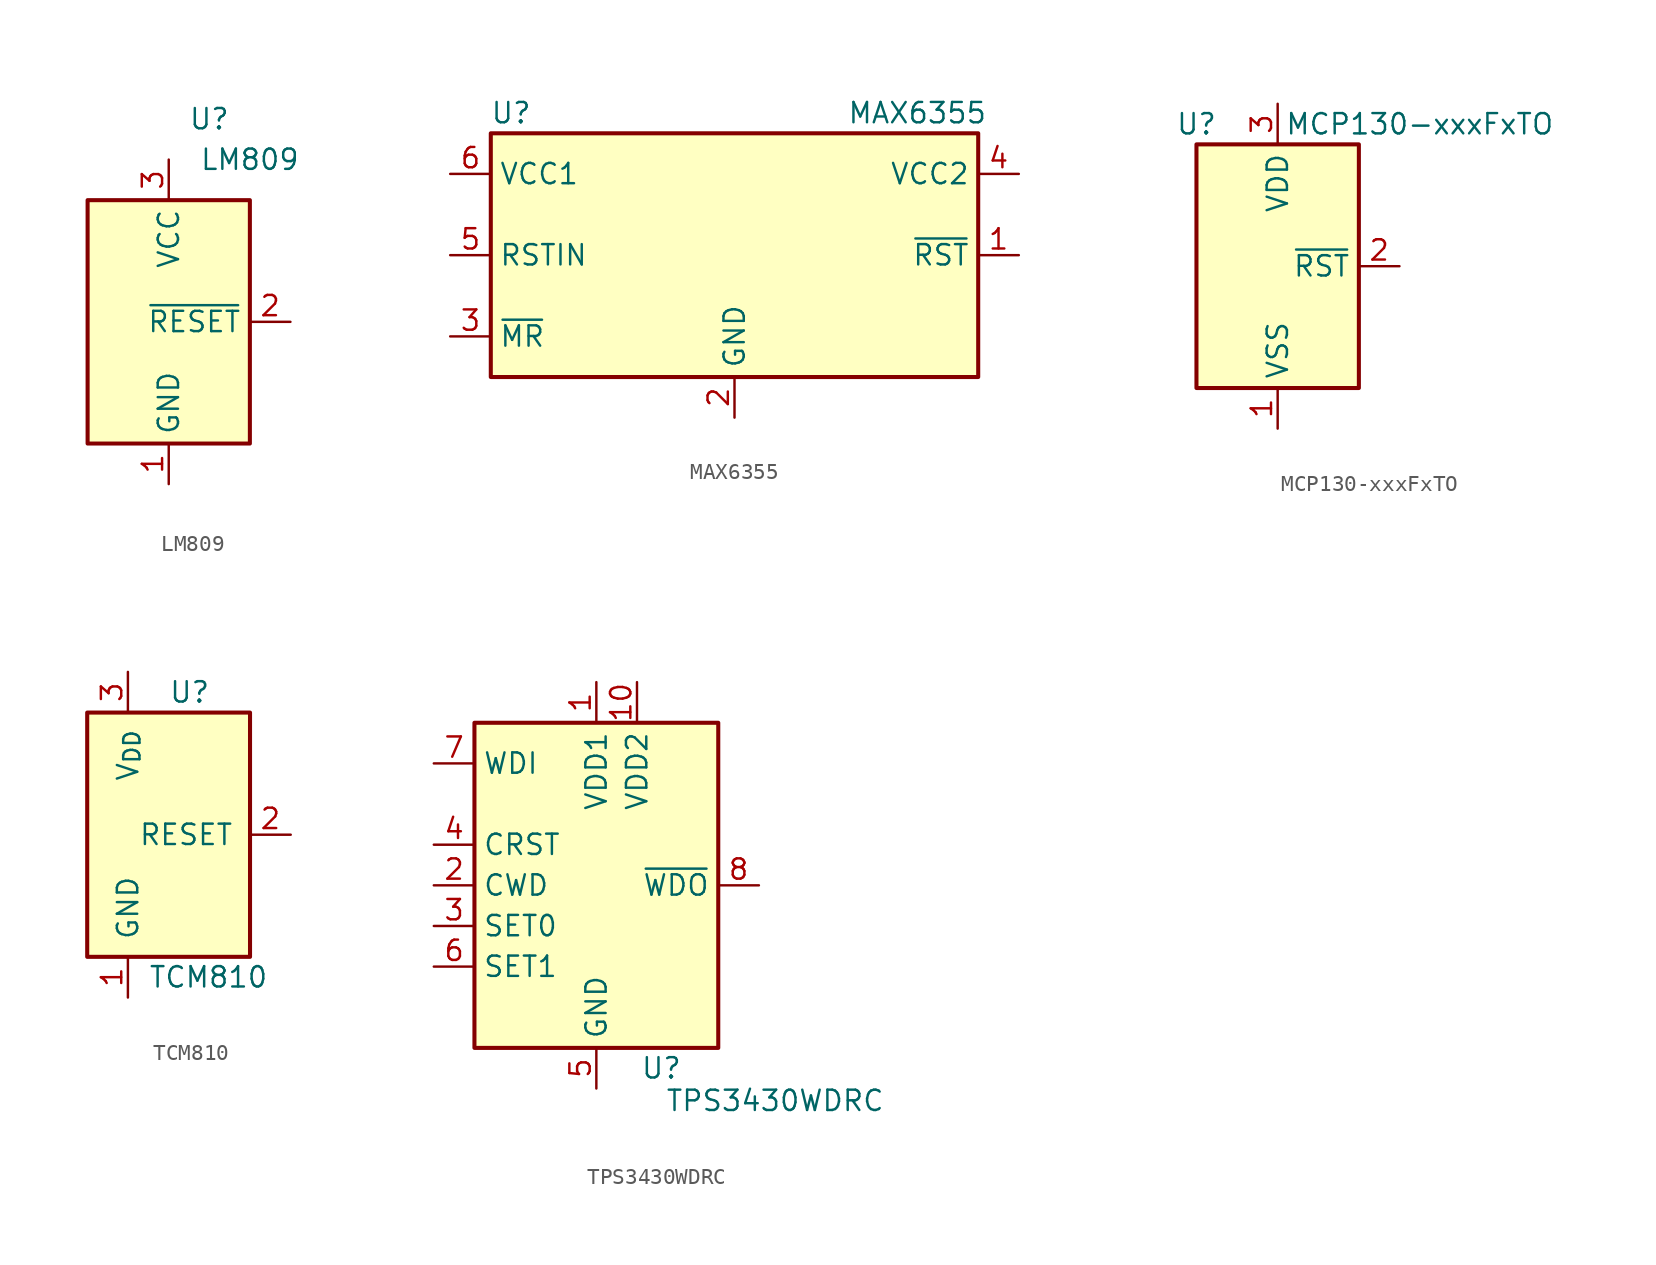
<source format=kicad_sym>
(kicad_symbol_lib
  (version 20231120)
  (generator "kicad_symbol_editor")
  (generator_version "8.0")
  (symbol "LM809"
    (property "Reference" "U"
      (at 2.54 12.7 0)
      (effects (font (size 1.27 1.27))))
    (property "Value" "LM809"
      (at 5.08 10.16 0)
      (effects (font (size 1.27 1.27))))
    (symbol "LM809_0_1"
      (rectangle (start 5.08 7.62) (end -5.08 -7.62) (stroke (width 0.254) (type default)) (fill (type background))))
    (symbol "LM809_1_1"
      (pin power_in line (at 0 -10.16 90) (length 2.54) (name "GND" (effects (font (size 1.27 1.27)))) (number "1" (effects (font (size 1.27 1.27)))))
      (pin output line (at 7.62 0 180) (length 2.54) (name "~{RESET}" (effects (font (size 1.27 1.27)))) (number "2" (effects (font (size 1.27 1.27)))))
      (pin power_in line (at 0 10.16 270) (length 2.54) (name "VCC" (effects (font (size 1.27 1.27)))) (number "3" (effects (font (size 1.27 1.27)))))))
  (symbol "MAX6355"
    (property "Reference" "U"
      (at -13.97 8.89 0)
      (effects (font (size 1.27 1.27))))
    (property "Value" "MAX6355"
      (at 11.43 8.89 0)
      (effects (font (size 1.27 1.27))))
    (symbol "MAX6355_0_1"
      (rectangle (start -15.24 7.62) (end 15.24 -7.62) (stroke (width 0.254) (type default)) (fill (type background))))
    (symbol "MAX6355_1_1"
      (pin open_collector line (at 17.78 0 180) (length 2.54) (name "~{RST}" (effects (font (size 1.27 1.27)))) (number "1" (effects (font (size 1.27 1.27)))))
      (pin power_in line (at 0 -10.16 90) (length 2.54) (name "GND" (effects (font (size 1.27 1.27)))) (number "2" (effects (font (size 1.27 1.27)))))
      (pin input line (at -17.78 -5.08 0) (length 2.54) (name "~{MR}" (effects (font (size 1.27 1.27)))) (number "3" (effects (font (size 1.27 1.27)))))
      (pin power_in line (at 17.78 5.08 180) (length 2.54) (name "VCC2" (effects (font (size 1.27 1.27)))) (number "4" (effects (font (size 1.27 1.27)))))
      (pin input line (at -17.78 0 0) (length 2.54) (name "RSTIN" (effects (font (size 1.27 1.27)))) (number "5" (effects (font (size 1.27 1.27)))))
      (pin power_in line (at -17.78 5.08 0) (length 2.54) (name "VCC1" (effects (font (size 1.27 1.27)))) (number "6" (effects (font (size 1.27 1.27)))))))
  (symbol "MCP130-xxxFxTO"
    (property "Reference" "U"
      (at -5.08 8.89 0)
      (effects (font (size 1.27 1.27))))
    (property "Value" "MCP130-xxxFxTO"
      (at 8.89 8.89 0)
      (effects (font (size 1.27 1.27))))
    (symbol "MCP130-xxxFxTO_0_1"
      (rectangle (start 5.08 7.62) (end -5.08 -7.62) (stroke (width 0.254) (type default)) (fill (type background)))
      (pin power_in line (at 0 10.16 270) (length 2.54) (name "VDD" (effects (font (size 1.27 1.27)))) (number "3" (effects (font (size 1.27 1.27))))))
    (symbol "MCP130-xxxFxTO_1_1"
      (pin power_in line (at 0 -10.16 90) (length 2.54) (name "VSS" (effects (font (size 1.27 1.27)))) (number "1" (effects (font (size 1.27 1.27)))))
      (pin open_collector line (at 7.62 0 180) (length 2.54) (name "~{RST}" (effects (font (size 1.27 1.27)))) (number "2" (effects (font (size 1.27 1.27)))))))
  (symbol "TCM810"
    (pin_names
      (offset 1.016))
    (property "Reference" "U"
      (at 0 8.89 0)
      (effects (font (size 1.27 1.27)) (justify left)))
    (property "Value" "TCM810"
      (at -1.27 -8.89 0)
      (effects (font (size 1.27 1.27)) (justify left)))
    (symbol "TCM810_1_1"
      (rectangle (start -5.08 7.62) (end 5.08 -7.62) (stroke (width 0.254) (type default)) (fill (type background)))
      (pin power_in line (at -2.54 -10.16 90) (length 2.54) (name "GND" (effects (font (size 1.27 1.27)))) (number "1" (effects (font (size 1.27 1.27)))))
      (pin output line (at 7.62 0 180) (length 2.54) (name "RESET" (effects (font (size 1.27 1.27)))) (number "2" (effects (font (size 1.27 1.27)))))
      (pin power_in line (at -2.54 10.16 270) (length 2.54) (name "V_{DD}" (effects (font (size 1.27 1.27)))) (number "3" (effects (font (size 1.27 1.27)))))))
  (symbol "TPS3430WDRC"
    (property "Reference" "U"
      (at 4.064 -11.43 0)
      (effects (font (size 1.27 1.27))))
    (property "Value" "TPS3430WDRC"
      (at 11.176 -13.462 0)
      (effects (font (size 1.27 1.27))))
    (symbol "TPS3430WDRC_0_1"
      (rectangle (start -7.62 10.16) (end 7.62 -10.16) (stroke (width 0.254) (type default)) (fill (type background))))
    (symbol "TPS3430WDRC_1_0"
      (pin power_in line (at 2.54 12.7 270) (length 2.54) (name "VDD2" (effects (font (size 1.27 1.27)))) (number "10" (effects (font (size 1.27 1.27)))))
      (pin passive line (at 0 -12.7 90) (length 2.54) hide (name "GND" (effects (font (size 1.27 1.27)))) (number "11" (effects (font (size 1.27 1.27))))))
    (symbol "TPS3430WDRC_1_1"
      (pin power_in line (at 0 12.7 270) (length 2.54) (name "VDD1" (effects (font (size 1.27 1.27)))) (number "1" (effects (font (size 1.27 1.27)))))
      (pin passive line (at -10.16 0 0) (length 2.54) (name "CWD" (effects (font (size 1.27 1.27)))) (number "2" (effects (font (size 1.27 1.27)))))
      (pin input line (at -10.16 -2.54 0) (length 2.54) (name "SET0" (effects (font (size 1.27 1.27)))) (number "3" (effects (font (size 1.27 1.27)))))
      (pin passive line (at -10.16 2.54 0) (length 2.54) (name "CRST" (effects (font (size 1.27 1.27)))) (number "4" (effects (font (size 1.27 1.27)))))
      (pin power_in line (at 0 -12.7 90) (length 2.54) (name "GND" (effects (font (size 1.27 1.27)))) (number "5" (effects (font (size 1.27 1.27)))))
      (pin input line (at -10.16 -5.08 0) (length 2.54) (name "SET1" (effects (font (size 1.27 1.27)))) (number "6" (effects (font (size 1.27 1.27)))))
      (pin input line (at -10.16 7.62 0) (length 2.54) (name "WDI" (effects (font (size 1.27 1.27)))) (number "7" (effects (font (size 1.27 1.27)))))
      (pin open_collector line (at 10.16 0 180) (length 2.54) (name "~{WDO}" (effects (font (size 1.27 1.27)))) (number "8" (effects (font (size 1.27 1.27)))))
      (pin no_connect line (at -7.62 -7.62 0) (length 2.54) hide (name "NC" (effects (font (size 1.27 1.27)))) (number "9" (effects (font (size 1.27 1.27))))))))
</source>
